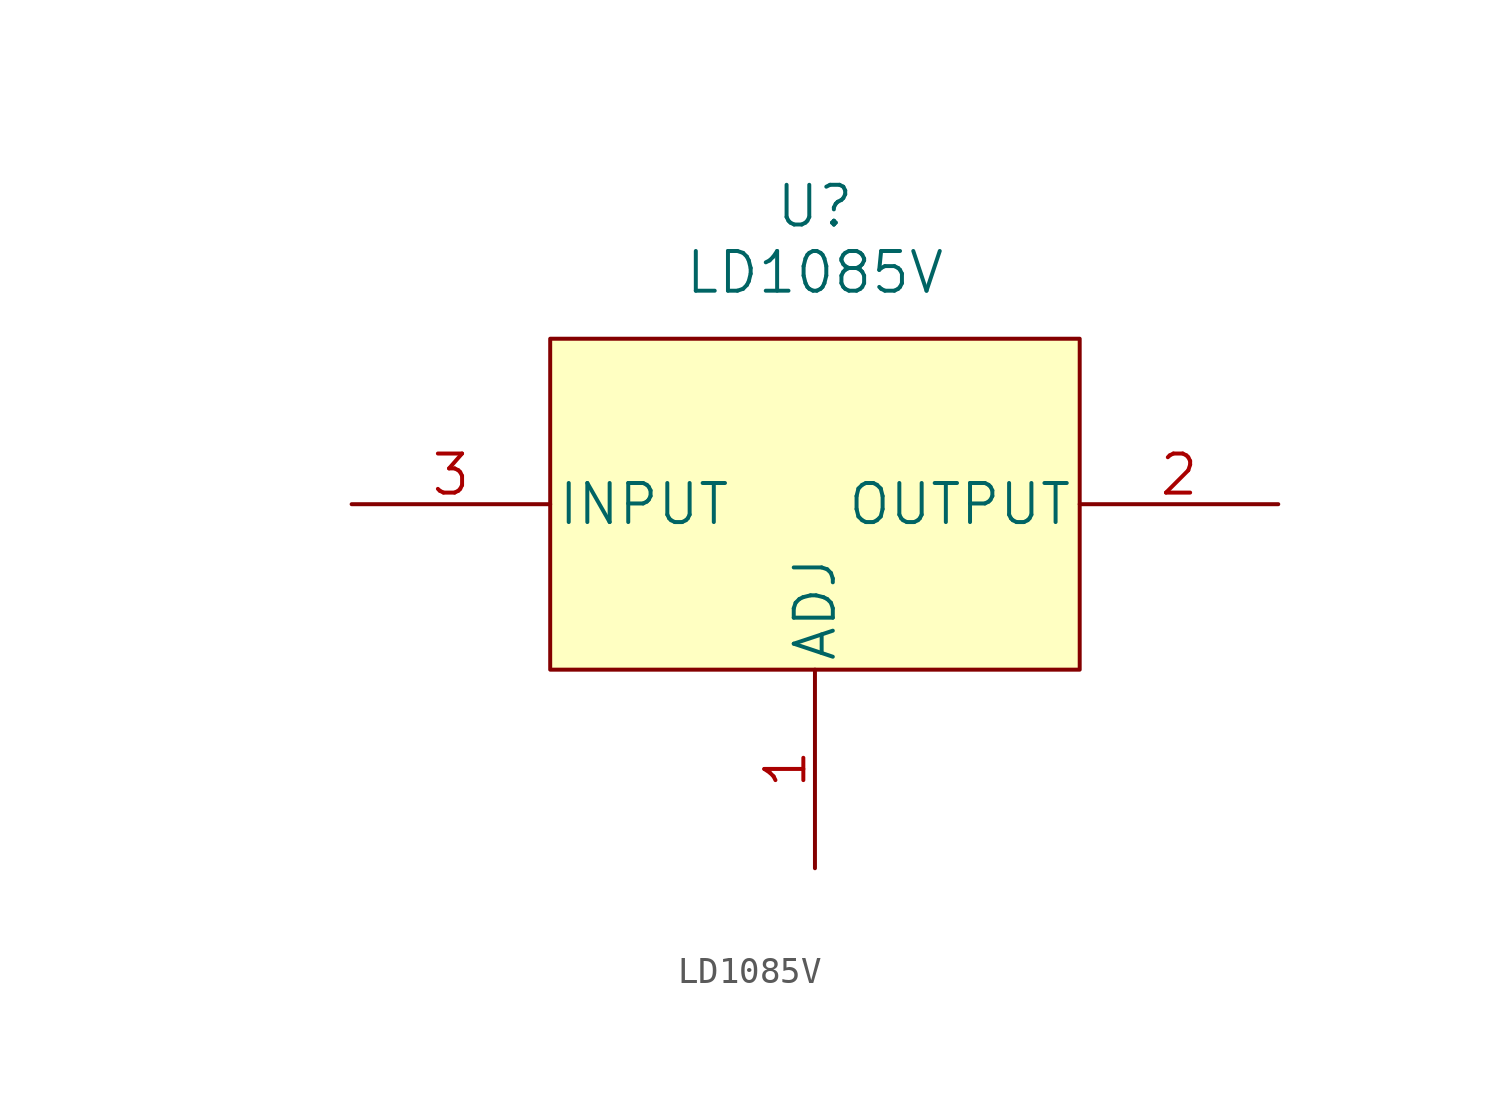
<source format=kicad_sym>
(kicad_symbol_lib
  (version 20210619)
  (generator kicad_symbol_editor)
  (symbol "LD1084V:LD1085V"
    (pin_names
      (offset 0.254))
    (property "Reference" "U"
      (at 22.86 10.16 0)
      (effects (font (size 1.524 1.524))))
    (property "Value" "LD1085V"
      (at 22.86 7.62 0)
      (effects (font (size 1.524 1.524))))
    (property "Datasheet" ""
      (at 0 0 0)
      (effects (font (size 1.524 1.524))))
    (property "ki_locked" ""
      (at 0 0 0)
      (effects (font (size 1.27 1.27))))
    (symbol "LD1085V_1_1"
      (rectangle (start 12.7 5.08) (end 33.02 -7.62) (stroke (width 0.152)) (fill (type background)))
      (pin unspecified line (at 22.86 -15.24 90) (length 7.62) (name "ADJ" (effects (font (size 1.499 1.499)))) (number "1" (effects (font (size 1.499 1.499)))))
      (pin output line (at 40.64 -1.27 180) (length 7.62) (name "OUTPUT" (effects (font (size 1.499 1.499)))) (number "2" (effects (font (size 1.499 1.499)))))
      (pin input line (at 5.08 -1.27 0) (length 7.62) (name "INPUT" (effects (font (size 1.499 1.499)))) (number "3" (effects (font (size 1.499 1.499))))))))
</source>
